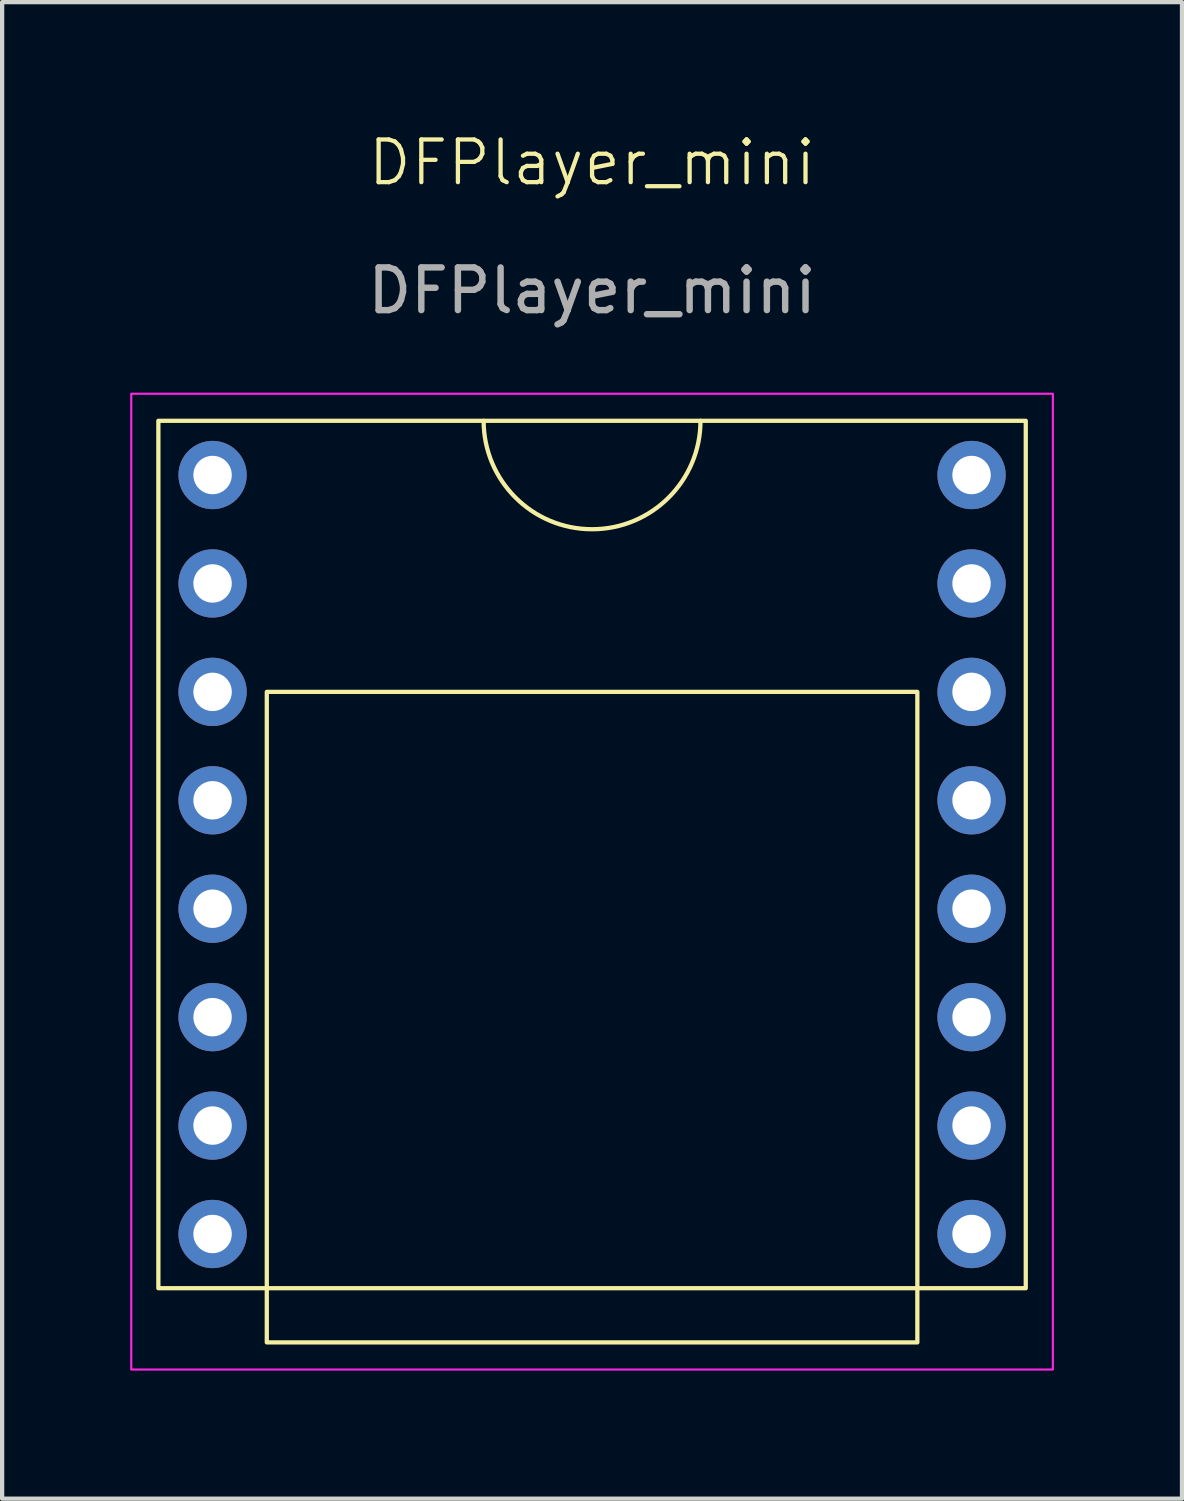
<source format=kicad_pcb>
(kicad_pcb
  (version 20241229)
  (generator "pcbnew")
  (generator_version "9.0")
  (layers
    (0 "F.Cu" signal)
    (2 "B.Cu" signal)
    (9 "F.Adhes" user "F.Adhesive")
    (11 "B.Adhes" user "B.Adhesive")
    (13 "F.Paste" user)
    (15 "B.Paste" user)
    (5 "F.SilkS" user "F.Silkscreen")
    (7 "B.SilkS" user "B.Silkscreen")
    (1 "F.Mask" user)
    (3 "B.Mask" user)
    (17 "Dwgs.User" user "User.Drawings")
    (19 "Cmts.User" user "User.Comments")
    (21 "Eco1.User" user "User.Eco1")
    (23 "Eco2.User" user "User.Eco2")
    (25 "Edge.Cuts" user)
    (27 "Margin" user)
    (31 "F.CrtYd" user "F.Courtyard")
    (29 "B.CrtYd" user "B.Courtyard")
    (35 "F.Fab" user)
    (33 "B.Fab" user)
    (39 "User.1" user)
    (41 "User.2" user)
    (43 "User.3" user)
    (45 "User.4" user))
  (footprint "DFPlayer_mini"
    (layer "F.Cu")
    (at 10.82 16.968)
    (property "Reference" "DFPlayer_mini" (at 0 -16.208 0) (unlocked yes) (layer "F.SilkS") (effects (font (size 1 1) (thickness 0.1))))
    (attr smd)
    (fp_rect (start -10.16 -10.16) (end 10.16 10.16) (stroke (width 0.1) (type default)) (fill no) (layer "F.SilkS"))
    (fp_rect (start -7.62 -3.81) (end 7.62 11.43) (stroke (width 0.1) (type default)) (fill no) (layer "F.SilkS"))
    (fp_arc (start 2.54 -10.16) (mid 0 -7.62) (end -2.54 -10.16) (stroke (width 0.1) (type default)) (layer "F.SilkS"))
    (fp_rect (start -10.795 -10.795) (end 10.795 12.065) (stroke (width 0.05) (type default)) (fill no) (layer "F.CrtYd"))
    (fp_text user "${REFERENCE}" (at 0 -13.208 0) (unlocked yes) (layer "F.Fab") (effects (font (size 1 1) (thickness 0.15))))
    (pad "1" thru_hole oval (at -8.89 -8.89) (size 1.6 1.6) (drill 0.9) (layers "*.Cu" "*.Mask"))
    (pad "2" thru_hole oval (at -8.89 -6.35) (size 1.6 1.6) (drill 0.9) (layers "*.Cu" "*.Mask"))
    (pad "3" thru_hole oval (at -8.89 -3.81) (size 1.6 1.6) (drill 0.9) (layers "*.Cu" "*.Mask"))
    (pad "4" thru_hole oval (at -8.89 -1.27) (size 1.6 1.6) (drill 0.9) (layers "*.Cu" "*.Mask"))
    (pad "5" thru_hole oval (at -8.89 1.27) (size 1.6 1.6) (drill 0.9) (layers "*.Cu" "*.Mask"))
    (pad "6" thru_hole oval (at -8.89 3.81) (size 1.6 1.6) (drill 0.9) (layers "*.Cu" "*.Mask"))
    (pad "7" thru_hole oval (at -8.89 6.35) (size 1.6 1.6) (drill 0.9) (layers "*.Cu" "*.Mask"))
    (pad "8" thru_hole oval (at -8.89 8.89) (size 1.6 1.6) (drill 0.9) (layers "*.Cu" "*.Mask"))
    (pad "9" thru_hole oval (at 8.89 8.89) (size 1.6 1.6) (drill 0.9) (layers "*.Cu" "*.Mask"))
    (pad "10" thru_hole oval (at 8.89 6.35) (size 1.6 1.6) (drill 0.9) (layers "*.Cu" "*.Mask"))
    (pad "11" thru_hole oval (at 8.89 3.81) (size 1.6 1.6) (drill 0.9) (layers "*.Cu" "*.Mask"))
    (pad "12" thru_hole oval (at 8.89 1.27) (size 1.6 1.6) (drill 0.9) (layers "*.Cu" "*.Mask"))
    (pad "13" thru_hole oval (at 8.89 -1.27) (size 1.6 1.6) (drill 0.9) (layers "*.Cu" "*.Mask"))
    (pad "14" thru_hole oval (at 8.89 -3.81) (size 1.6 1.6) (drill 0.9) (layers "*.Cu" "*.Mask"))
    (pad "15" thru_hole oval (at 8.89 -6.35) (size 1.6 1.6) (drill 0.9) (layers "*.Cu" "*.Mask"))
    (pad "16" thru_hole oval (at 8.89 -8.89) (size 1.6 1.6) (drill 0.9) (layers "*.Cu" "*.Mask")))
  (gr_rect
    (start -3 -3)
    (end 24.64 32.059)
    (stroke (width 0.1) (type default))
    (fill no)
    (layer "Edge.Cuts")))
</source>
